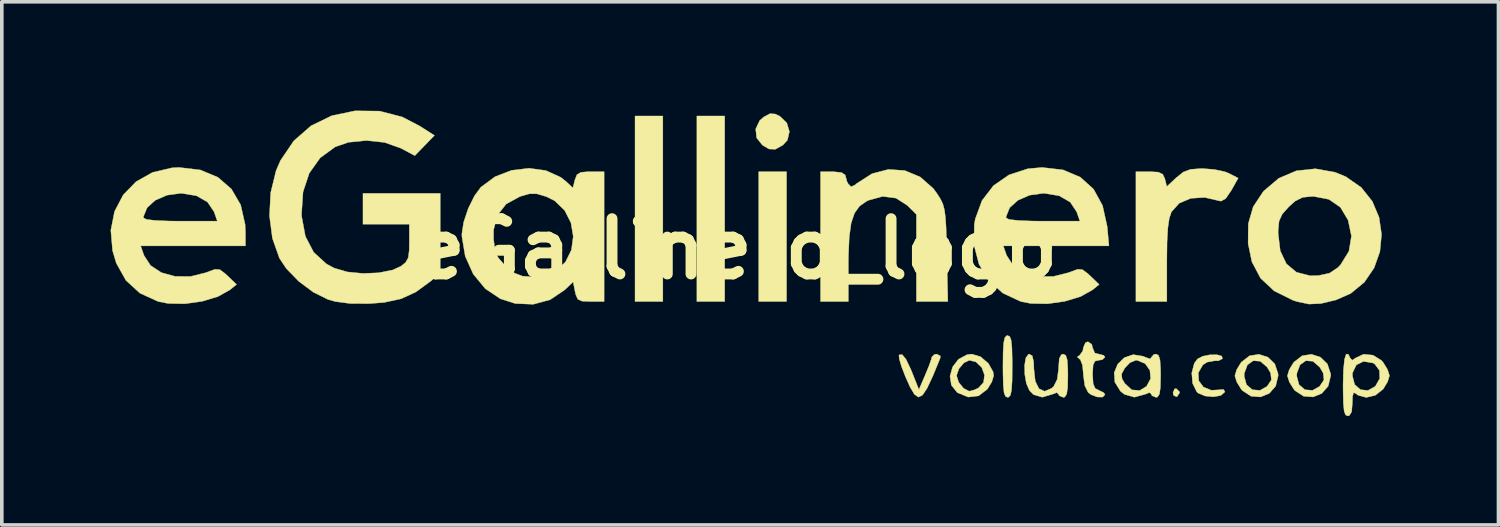
<source format=kicad_pcb>
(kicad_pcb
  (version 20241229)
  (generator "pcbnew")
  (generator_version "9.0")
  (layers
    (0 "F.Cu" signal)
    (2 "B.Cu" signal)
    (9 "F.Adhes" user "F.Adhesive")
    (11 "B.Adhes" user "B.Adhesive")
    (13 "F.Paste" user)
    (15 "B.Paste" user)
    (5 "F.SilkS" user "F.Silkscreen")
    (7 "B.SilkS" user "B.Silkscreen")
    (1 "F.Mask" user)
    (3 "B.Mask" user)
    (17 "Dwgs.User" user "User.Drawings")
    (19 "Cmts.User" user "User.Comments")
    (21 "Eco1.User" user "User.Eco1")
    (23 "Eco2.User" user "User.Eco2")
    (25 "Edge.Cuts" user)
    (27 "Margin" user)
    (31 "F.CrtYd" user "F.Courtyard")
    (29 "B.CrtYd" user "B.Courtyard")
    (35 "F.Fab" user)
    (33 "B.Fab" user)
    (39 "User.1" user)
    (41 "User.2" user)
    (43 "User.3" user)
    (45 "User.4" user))
  (footprint "eGallinero_logo"
    (layer "F.Cu")
    (at 17.269 3.813)
    (property "Reference" "eGallinero_logo" (at 0 0 0) (layer "F.SilkS") (effects (font (size 1.524 1.524) (thickness 0.3))))
    (attr through_hole)
    (fp_poly (pts (xy -2.046 1.449) (xy -2.813 1.449) (xy -2.813 -3.665) (xy -2.046 -3.665) (xy -2.046 1.449)) (stroke (width 0.01) (type solid)) (fill yes) (layer "F.SilkS"))
    (fp_poly (pts (xy -0.341 1.449) (xy -1.108 1.449) (xy -1.108 -3.665) (xy -0.341 -3.665) (xy -0.341 1.449)) (stroke (width 0.01) (type solid)) (fill yes) (layer "F.SilkS"))
    (fp_poly (pts (xy 1.364 1.449) (xy 0.597 1.449) (xy 0.597 -2.131) (xy 1.364 -2.131) (xy 1.364 1.449)) (stroke (width 0.01) (type solid)) (fill yes) (layer "F.SilkS"))
    (fp_poly (pts (xy 12.198 3.94) (xy 12.201 3.963) (xy 12.135 4.063) (xy 12.11 4.075) (xy 12.032 4.034) (xy 12.018 3.963) (xy 12.061 3.857) (xy 12.11 3.852) (xy 12.198 3.94)) (stroke (width 0.01) (type solid)) (fill yes) (layer "F.SilkS"))
    (fp_poly (pts (xy 1.057 -3.719) (xy 1.182 -3.657) (xy 1.372 -3.473) (xy 1.443 -3.235) (xy 1.389 -3.001) (xy 1.264 -2.864) (xy 1.055 -2.748) (xy 0.882 -2.755) (xy 0.701 -2.86) (xy 0.539 -3.062) (xy 0.514 -3.307) (xy 0.622 -3.538) (xy 0.734 -3.637) (xy 0.911 -3.731) (xy 1.057 -3.719)) (stroke (width 0.01) (type solid)) (fill yes) (layer "F.SilkS"))
    (fp_poly (pts (xy 7.518 2.415) (xy 7.556 2.518) (xy 7.577 2.724) (xy 7.585 3.062) (xy 7.586 3.239) (xy 7.582 3.636) (xy 7.566 3.892) (xy 7.535 4.033) (xy 7.485 4.087) (xy 7.458 4.091) (xy 7.398 4.063) (xy 7.36 3.96) (xy 7.339 3.754) (xy 7.331 3.416) (xy 7.33 3.239) (xy 7.334 2.841) (xy 7.35 2.586) (xy 7.381 2.445) (xy 7.431 2.391) (xy 7.458 2.387) (xy 7.518 2.415)) (stroke (width 0.01) (type solid)) (fill yes) (layer "F.SilkS"))
    (fp_poly (pts (xy 5.603 2.949) (xy 5.601 3.005) (xy 5.399 3.498) (xy 5.24 3.838) (xy 5.111 4.031) (xy 4.998 4.085) (xy 4.889 4.008) (xy 4.769 3.806) (xy 4.647 3.534) (xy 4.538 3.253) (xy 4.472 3.035) (xy 4.463 2.925) (xy 4.465 2.922) (xy 4.551 2.911) (xy 4.657 3.041) (xy 4.792 3.323) (xy 4.844 3.452) (xy 5.013 3.878) (xy 5.191 3.466) (xy 5.292 3.219) (xy 5.357 3.034) (xy 5.37 2.976) (xy 5.44 2.908) (xy 5.507 2.898) (xy 5.603 2.949)) (stroke (width 0.01) (type solid)) (fill yes) (layer "F.SilkS"))
    (fp_poly (pts (xy 13.361 2.953) (xy 13.382 3.024) (xy 13.274 3.081) (xy 13.158 3.083) (xy 12.955 3.121) (xy 12.839 3.198) (xy 12.714 3.416) (xy 12.728 3.634) (xy 12.857 3.808) (xy 13.074 3.895) (xy 13.232 3.887) (xy 13.409 3.872) (xy 13.449 3.933) (xy 13.446 3.943) (xy 13.336 4.039) (xy 13.133 4.076) (xy 12.903 4.054) (xy 12.712 3.974) (xy 12.674 3.94) (xy 12.558 3.706) (xy 12.535 3.419) (xy 12.604 3.154) (xy 12.692 3.033) (xy 12.839 2.957) (xy 13.036 2.918) (xy 13.228 2.916) (xy 13.361 2.953)) (stroke (width 0.01) (type solid)) (fill yes) (layer "F.SilkS"))
    (fp_poly (pts (xy 13.158 -2.191) (xy 13.447 -2.129) (xy 13.56 -2.084) (xy 13.815 -1.953) (xy 13.624 -1.613) (xy 13.469 -1.388) (xy 13.34 -1.317) (xy 13.301 -1.325) (xy 12.892 -1.42) (xy 12.509 -1.396) (xy 12.19 -1.261) (xy 11.976 -1.024) (xy 11.974 -1.02) (xy 11.915 -0.848) (xy 11.876 -0.582) (xy 11.854 -0.197) (xy 11.848 0.332) (xy 11.848 1.449) (xy 10.995 1.449) (xy 10.995 -2.131) (xy 11.37 -2.131) (xy 11.61 -2.118) (xy 11.733 -2.062) (xy 11.792 -1.939) (xy 11.795 -1.926) (xy 11.847 -1.721) (xy 12.112 -1.968) (xy 12.302 -2.12) (xy 12.499 -2.194) (xy 12.776 -2.216) (xy 12.841 -2.216) (xy 13.158 -2.191)) (stroke (width 0.01) (type solid)) (fill yes) (layer "F.SilkS"))
    (fp_poly (pts (xy 9.778 2.628) (xy 9.802 2.728) (xy 9.862 2.87) (xy 9.972 2.898) (xy 10.111 2.934) (xy 10.143 2.983) (xy 10.072 3.052) (xy 9.972 3.068) (xy 9.867 3.093) (xy 9.816 3.195) (xy 9.802 3.419) (xy 9.802 3.46) (xy 9.816 3.712) (xy 9.871 3.843) (xy 9.972 3.896) (xy 10.111 3.964) (xy 10.143 4.016) (xy 10.078 4.084) (xy 9.928 4.081) (xy 9.759 4.017) (xy 9.68 3.957) (xy 9.586 3.769) (xy 9.547 3.479) (xy 9.546 3.453) (xy 9.523 3.205) (xy 9.463 3.052) (xy 9.44 3.033) (xy 9.377 2.977) (xy 9.44 2.934) (xy 9.529 2.816) (xy 9.546 2.72) (xy 9.602 2.586) (xy 9.674 2.557) (xy 9.778 2.628)) (stroke (width 0.01) (type solid)) (fill yes) (layer "F.SilkS"))
    (fp_poly (pts (xy 14.634 2.984) (xy 14.824 3.168) (xy 14.914 3.441) (xy 14.916 3.495) (xy 14.848 3.781) (xy 14.671 3.982) (xy 14.431 4.08) (xy 14.17 4.06) (xy 13.934 3.907) (xy 13.899 3.867) (xy 13.776 3.668) (xy 13.726 3.507) (xy 13.979 3.507) (xy 14.044 3.743) (xy 14.207 3.881) (xy 14.417 3.898) (xy 14.612 3.787) (xy 14.73 3.61) (xy 14.709 3.421) (xy 14.613 3.258) (xy 14.426 3.096) (xy 14.231 3.08) (xy 14.07 3.195) (xy 13.984 3.424) (xy 13.979 3.507) (xy 13.726 3.507) (xy 13.723 3.499) (xy 13.723 3.495) (xy 13.773 3.328) (xy 13.895 3.128) (xy 13.899 3.123) (xy 14.128 2.945) (xy 14.387 2.904) (xy 14.634 2.984)) (stroke (width 0.01) (type solid)) (fill yes) (layer "F.SilkS"))
    (fp_poly (pts (xy 16.083 2.984) (xy 16.273 3.168) (xy 16.363 3.441) (xy 16.365 3.495) (xy 16.296 3.781) (xy 16.12 3.982) (xy 15.88 4.08) (xy 15.619 4.06) (xy 15.383 3.907) (xy 15.348 3.867) (xy 15.225 3.668) (xy 15.175 3.507) (xy 15.428 3.507) (xy 15.493 3.743) (xy 15.656 3.881) (xy 15.866 3.898) (xy 16.061 3.787) (xy 16.179 3.61) (xy 16.158 3.421) (xy 16.062 3.258) (xy 15.875 3.096) (xy 15.68 3.08) (xy 15.519 3.195) (xy 15.433 3.424) (xy 15.428 3.507) (xy 15.175 3.507) (xy 15.172 3.499) (xy 15.172 3.495) (xy 15.222 3.328) (xy 15.344 3.128) (xy 15.348 3.123) (xy 15.577 2.945) (xy 15.836 2.904) (xy 16.083 2.984)) (stroke (width 0.01) (type solid)) (fill yes) (layer "F.SilkS"))
    (fp_poly (pts (xy 6.712 2.971) (xy 6.927 3.153) (xy 7.058 3.387) (xy 7.074 3.495) (xy 7.024 3.662) (xy 6.902 3.861) (xy 6.898 3.867) (xy 6.658 4.05) (xy 6.37 4.083) (xy 6.072 3.96) (xy 6.071 3.959) (xy 5.908 3.757) (xy 5.87 3.507) (xy 5.874 3.495) (xy 6.052 3.495) (xy 6.11 3.676) (xy 6.244 3.842) (xy 6.395 3.92) (xy 6.404 3.921) (xy 6.543 3.884) (xy 6.654 3.833) (xy 6.796 3.679) (xy 6.821 3.473) (xy 6.745 3.267) (xy 6.587 3.116) (xy 6.404 3.068) (xy 6.254 3.139) (xy 6.117 3.301) (xy 6.052 3.484) (xy 6.052 3.495) (xy 5.874 3.495) (xy 5.941 3.253) (xy 6.103 3.041) (xy 6.338 2.915) (xy 6.472 2.898) (xy 6.712 2.971)) (stroke (width 0.01) (type solid)) (fill yes) (layer "F.SilkS"))
    (fp_poly (pts (xy 9.062 2.933) (xy 9.102 3.059) (xy 9.118 3.308) (xy 9.12 3.495) (xy 9.113 3.819) (xy 9.086 4.004) (xy 9.032 4.083) (xy 8.992 4.091) (xy 8.879 4.044) (xy 8.864 4.003) (xy 8.812 3.958) (xy 8.7 4.003) (xy 8.412 4.087) (xy 8.171 4.015) (xy 8.06 3.902) (xy 7.976 3.709) (xy 7.932 3.46) (xy 7.926 3.207) (xy 7.961 3.003) (xy 8.034 2.901) (xy 8.055 2.898) (xy 8.137 2.945) (xy 8.176 3.108) (xy 8.183 3.307) (xy 8.22 3.645) (xy 8.324 3.854) (xy 8.48 3.924) (xy 8.672 3.84) (xy 8.73 3.787) (xy 8.825 3.596) (xy 8.864 3.301) (xy 8.864 3.275) (xy 8.882 3.025) (xy 8.94 2.912) (xy 8.992 2.898) (xy 9.062 2.933)) (stroke (width 0.01) (type solid)) (fill yes) (layer "F.SilkS"))
    (fp_poly (pts (xy 4.627 -2.161) (xy 5.049 -1.984) (xy 5.411 -1.665) (xy 5.513 -1.526) (xy 5.605 -1.381) (xy 5.671 -1.245) (xy 5.715 -1.086) (xy 5.744 -0.873) (xy 5.763 -0.571) (xy 5.776 -0.15) (xy 5.782 0.143) (xy 5.811 1.449) (xy 4.944 1.449) (xy 4.944 -0.951) (xy 4.694 -1.2) (xy 4.382 -1.401) (xy 4.015 -1.449) (xy 3.62 -1.341) (xy 3.569 -1.315) (xy 3.377 -1.181) (xy 3.238 -0.988) (xy 3.145 -0.713) (xy 3.092 -0.328) (xy 3.07 0.19) (xy 3.068 0.423) (xy 3.068 1.449) (xy 2.301 1.449) (xy 2.301 -2.131) (xy 2.642 -2.131) (xy 2.883 -2.106) (xy 2.983 -2.036) (xy 2.985 -2.024) (xy 3.029 -1.862) (xy 3.065 -1.793) (xy 3.143 -1.715) (xy 3.245 -1.76) (xy 3.298 -1.804) (xy 3.72 -2.075) (xy 4.173 -2.193) (xy 4.627 -2.161)) (stroke (width 0.01) (type solid)) (fill yes) (layer "F.SilkS"))
    (fp_poly (pts (xy 11.619 2.933) (xy 11.659 3.059) (xy 11.675 3.308) (xy 11.677 3.495) (xy 11.67 3.819) (xy 11.643 4.004) (xy 11.589 4.083) (xy 11.549 4.091) (xy 11.436 4.044) (xy 11.421 4.003) (xy 11.369 3.958) (xy 11.257 4.003) (xy 10.952 4.087) (xy 10.676 4.007) (xy 10.569 3.921) (xy 10.414 3.671) (xy 10.4 3.448) (xy 10.599 3.448) (xy 10.614 3.58) (xy 10.689 3.708) (xy 10.881 3.884) (xy 11.101 3.902) (xy 11.288 3.787) (xy 11.401 3.574) (xy 11.381 3.347) (xy 11.251 3.161) (xy 11.033 3.07) (xy 10.991 3.068) (xy 10.83 3.135) (xy 10.689 3.282) (xy 10.599 3.448) (xy 10.4 3.448) (xy 10.397 3.411) (xy 10.493 3.175) (xy 10.675 2.997) (xy 10.918 2.913) (xy 11.196 2.958) (xy 11.257 2.986) (xy 11.392 3.031) (xy 11.421 2.986) (xy 11.49 2.908) (xy 11.549 2.898) (xy 11.619 2.933)) (stroke (width 0.01) (type solid)) (fill yes) (layer "F.SilkS"))
    (fp_poly (pts (xy 16.854 2.906) (xy 16.901 3.005) (xy 16.958 3.068) (xy 17.053 3.005) (xy 17.273 2.902) (xy 17.531 2.928) (xy 17.764 3.073) (xy 17.808 3.123) (xy 17.931 3.321) (xy 17.985 3.491) (xy 17.985 3.495) (xy 17.934 3.662) (xy 17.813 3.861) (xy 17.808 3.867) (xy 17.595 4.035) (xy 17.344 4.094) (xy 17.118 4.032) (xy 17.064 3.989) (xy 16.999 3.96) (xy 16.968 4.058) (xy 16.962 4.245) (xy 16.943 4.488) (xy 16.878 4.593) (xy 16.834 4.603) (xy 16.774 4.575) (xy 16.736 4.471) (xy 16.715 4.265) (xy 16.707 3.928) (xy 16.706 3.75) (xy 16.712 3.493) (xy 16.962 3.493) (xy 17.025 3.736) (xy 17.185 3.879) (xy 17.392 3.902) (xy 17.595 3.787) (xy 17.716 3.573) (xy 17.709 3.348) (xy 17.579 3.173) (xy 17.527 3.143) (xy 17.271 3.099) (xy 17.072 3.197) (xy 16.968 3.411) (xy 16.962 3.493) (xy 16.712 3.493) (xy 16.717 3.329) (xy 16.746 3.041) (xy 16.793 2.897) (xy 16.854 2.906)) (stroke (width 0.01) (type solid)) (fill yes) (layer "F.SilkS"))
    (fp_poly (pts (xy 16.488 -2.113) (xy 16.78 -1.993) (xy 17.207 -1.696) (xy 17.512 -1.313) (xy 17.698 -0.872) (xy 17.767 -0.4) (xy 17.721 0.074) (xy 17.562 0.522) (xy 17.294 0.916) (xy 16.917 1.227) (xy 16.509 1.406) (xy 16.101 1.504) (xy 15.768 1.52) (xy 15.439 1.452) (xy 15.322 1.413) (xy 14.806 1.157) (xy 14.431 0.806) (xy 14.192 0.354) (xy 14.088 -0.152) (xy 14.091 -0.43) (xy 14.916 -0.43) (xy 14.974 0.051) (xy 15.144 0.41) (xy 15.421 0.642) (xy 15.797 0.738) (xy 16.021 0.734) (xy 16.331 0.668) (xy 16.563 0.513) (xy 16.635 0.438) (xy 16.868 0.062) (xy 16.937 -0.356) (xy 16.844 -0.795) (xy 16.632 -1.149) (xy 16.317 -1.367) (xy 15.9 -1.448) (xy 15.853 -1.449) (xy 15.592 -1.423) (xy 15.385 -1.319) (xy 15.206 -1.159) (xy 15.028 -0.958) (xy 14.942 -0.769) (xy 14.917 -0.513) (xy 14.916 -0.43) (xy 14.091 -0.43) (xy 14.094 -0.7) (xy 14.228 -1.162) (xy 14.502 -1.577) (xy 14.52 -1.598) (xy 14.934 -1.949) (xy 15.418 -2.155) (xy 15.945 -2.211) (xy 16.488 -2.113)) (stroke (width 0.01) (type solid)) (fill yes) (layer "F.SilkS"))
    (fp_poly (pts (xy -14.797 -2.178) (xy -14.312 -1.976) (xy -13.938 -1.651) (xy -13.684 -1.214) (xy -13.562 -0.675) (xy -13.552 -0.456) (xy -13.552 -0.085) (xy -16.441 -0.085) (xy -16.35 0.178) (xy -16.169 0.456) (xy -15.87 0.652) (xy -15.49 0.756) (xy -15.066 0.759) (xy -14.634 0.651) (xy -14.6 0.637) (xy -14.393 0.561) (xy -14.258 0.57) (xy -14.114 0.678) (xy -14.044 0.743) (xy -13.798 0.979) (xy -13.982 1.128) (xy -14.312 1.313) (xy -14.747 1.444) (xy -15.224 1.511) (xy -15.683 1.503) (xy -15.959 1.449) (xy -16.462 1.219) (xy -16.847 0.867) (xy -17.113 0.392) (xy -17.216 0.048) (xy -17.264 -0.516) (xy -17.196 -0.858) (xy -16.365 -0.858) (xy -16.281 -0.814) (xy -16.033 -0.785) (xy -15.628 -0.769) (xy -15.347 -0.767) (xy -14.328 -0.767) (xy -14.418 -1.025) (xy -14.597 -1.292) (xy -14.902 -1.466) (xy -15.307 -1.534) (xy -15.342 -1.534) (xy -15.718 -1.482) (xy -16.038 -1.342) (xy -16.265 -1.137) (xy -16.364 -0.892) (xy -16.365 -0.858) (xy -17.196 -0.858) (xy -17.161 -1.035) (xy -16.923 -1.489) (xy -16.568 -1.855) (xy -16.113 -2.111) (xy -15.575 -2.237) (xy -15.381 -2.247) (xy -14.797 -2.178)) (stroke (width 0.01) (type solid)) (fill yes) (layer "F.SilkS"))
    (fp_poly (pts (xy -9.85 -3.8) (xy -9.23 -3.639) (xy -8.753 -3.391) (xy -8.343 -3.13) (xy -8.613 -2.851) (xy -8.883 -2.572) (xy -9.27 -2.778) (xy -9.715 -2.936) (xy -10.219 -2.99) (xy -10.714 -2.94) (xy -11.079 -2.814) (xy -11.494 -2.51) (xy -11.792 -2.092) (xy -11.965 -1.573) (xy -12.006 -0.967) (xy -12.003 -0.896) (xy -11.9 -0.346) (xy -11.671 0.092) (xy -11.317 0.415) (xy -11.106 0.528) (xy -10.744 0.633) (xy -10.316 0.675) (xy -9.88 0.657) (xy -9.498 0.581) (xy -9.269 0.478) (xy -9.136 0.371) (xy -9.065 0.243) (xy -9.038 0.038) (xy -9.035 -0.18) (xy -9.035 -0.682) (xy -10.313 -0.682) (xy -10.313 -1.534) (xy -8.183 -1.534) (xy -8.183 0.667) (xy -8.45 0.891) (xy -8.855 1.187) (xy -9.262 1.374) (xy -9.731 1.475) (xy -10.143 1.507) (xy -10.666 1.504) (xy -11.074 1.45) (xy -11.276 1.393) (xy -11.682 1.192) (xy -12.085 0.891) (xy -12.426 0.54) (xy -12.615 0.256) (xy -12.809 -0.292) (xy -12.89 -0.912) (xy -12.857 -1.55) (xy -12.71 -2.153) (xy -12.589 -2.435) (xy -12.221 -2.979) (xy -11.745 -3.395) (xy -11.172 -3.674) (xy -10.529 -3.808) (xy -9.85 -3.8)) (stroke (width 0.01) (type solid)) (fill yes) (layer "F.SilkS"))
    (fp_poly (pts (xy 8.987 -2.18) (xy 9.462 -1.979) (xy 9.827 -1.65) (xy 10.075 -1.198) (xy 10.202 -0.627) (xy 10.206 -0.593) (xy 10.252 -0.085) (xy 7.339 -0.085) (xy 7.431 0.178) (xy 7.612 0.456) (xy 7.911 0.652) (xy 8.29 0.756) (xy 8.715 0.759) (xy 9.146 0.651) (xy 9.18 0.637) (xy 9.387 0.561) (xy 9.522 0.57) (xy 9.667 0.678) (xy 9.737 0.743) (xy 9.982 0.979) (xy 9.799 1.128) (xy 9.468 1.313) (xy 9.034 1.444) (xy 8.557 1.511) (xy 8.098 1.503) (xy 7.821 1.449) (xy 7.327 1.218) (xy 6.939 0.868) (xy 6.67 0.421) (xy 6.533 -0.101) (xy 6.54 -0.674) (xy 6.567 -0.828) (xy 6.578 -0.858) (xy 7.415 -0.858) (xy 7.499 -0.814) (xy 7.747 -0.785) (xy 8.153 -0.769) (xy 8.434 -0.767) (xy 9.452 -0.767) (xy 9.362 -1.025) (xy 9.183 -1.292) (xy 8.879 -1.466) (xy 8.474 -1.534) (xy 8.438 -1.534) (xy 8.062 -1.482) (xy 7.743 -1.342) (xy 7.515 -1.137) (xy 7.417 -0.892) (xy 7.415 -0.858) (xy 6.578 -0.858) (xy 6.753 -1.335) (xy 7.068 -1.745) (xy 7.494 -2.041) (xy 8.013 -2.211) (xy 8.408 -2.247) (xy 8.987 -2.18)) (stroke (width 0.01) (type solid)) (fill yes) (layer "F.SilkS"))
    (fp_poly (pts (xy -5.267 -2.161) (xy -4.858 -1.974) (xy -4.714 -1.859) (xy -4.526 -1.683) (xy -4.47 -1.907) (xy -4.414 -2.048) (xy -4.306 -2.113) (xy -4.092 -2.131) (xy -4.039 -2.131) (xy -3.665 -2.131) (xy -3.665 1.449) (xy -4.038 1.449) (xy -4.273 1.439) (xy -4.391 1.386) (xy -4.448 1.256) (xy -4.465 1.178) (xy -4.519 0.907) (xy -4.753 1.13) (xy -5.152 1.399) (xy -5.617 1.525) (xy -6.114 1.505) (xy -6.521 1.375) (xy -6.942 1.094) (xy -7.273 0.692) (xy -7.494 0.201) (xy -7.585 -0.344) (xy -7.586 -0.415) (xy -7.57 -0.523) (xy -6.713 -0.523) (xy -6.712 -0.263) (xy -6.672 0.034) (xy -6.587 0.239) (xy -6.421 0.43) (xy -6.364 0.483) (xy -6.131 0.667) (xy -5.911 0.75) (xy -5.661 0.767) (xy -5.357 0.734) (xy -5.082 0.652) (xy -5.022 0.622) (xy -4.733 0.363) (xy -4.566 0.028) (xy -4.516 -0.347) (xy -4.58 -0.723) (xy -4.753 -1.063) (xy -5.03 -1.33) (xy -5.266 -1.446) (xy -5.523 -1.52) (xy -5.729 -1.52) (xy -5.985 -1.446) (xy -6.365 -1.239) (xy -6.608 -0.93) (xy -6.713 -0.523) (xy -7.57 -0.523) (xy -7.537 -0.738) (xy -7.412 -1.112) (xy -7.24 -1.462) (xy -7.063 -1.703) (xy -6.67 -1.993) (xy -6.213 -2.168) (xy -5.732 -2.225) (xy -5.267 -2.161)) (stroke (width 0.01) (type solid)) (fill yes) (layer "F.SilkS")))
  (gr_rect
    (start -3 -3)
    (end 38.259 11.421)
    (stroke (width 0.1) (type default))
    (fill no)
    (layer "Edge.Cuts")))
</source>
